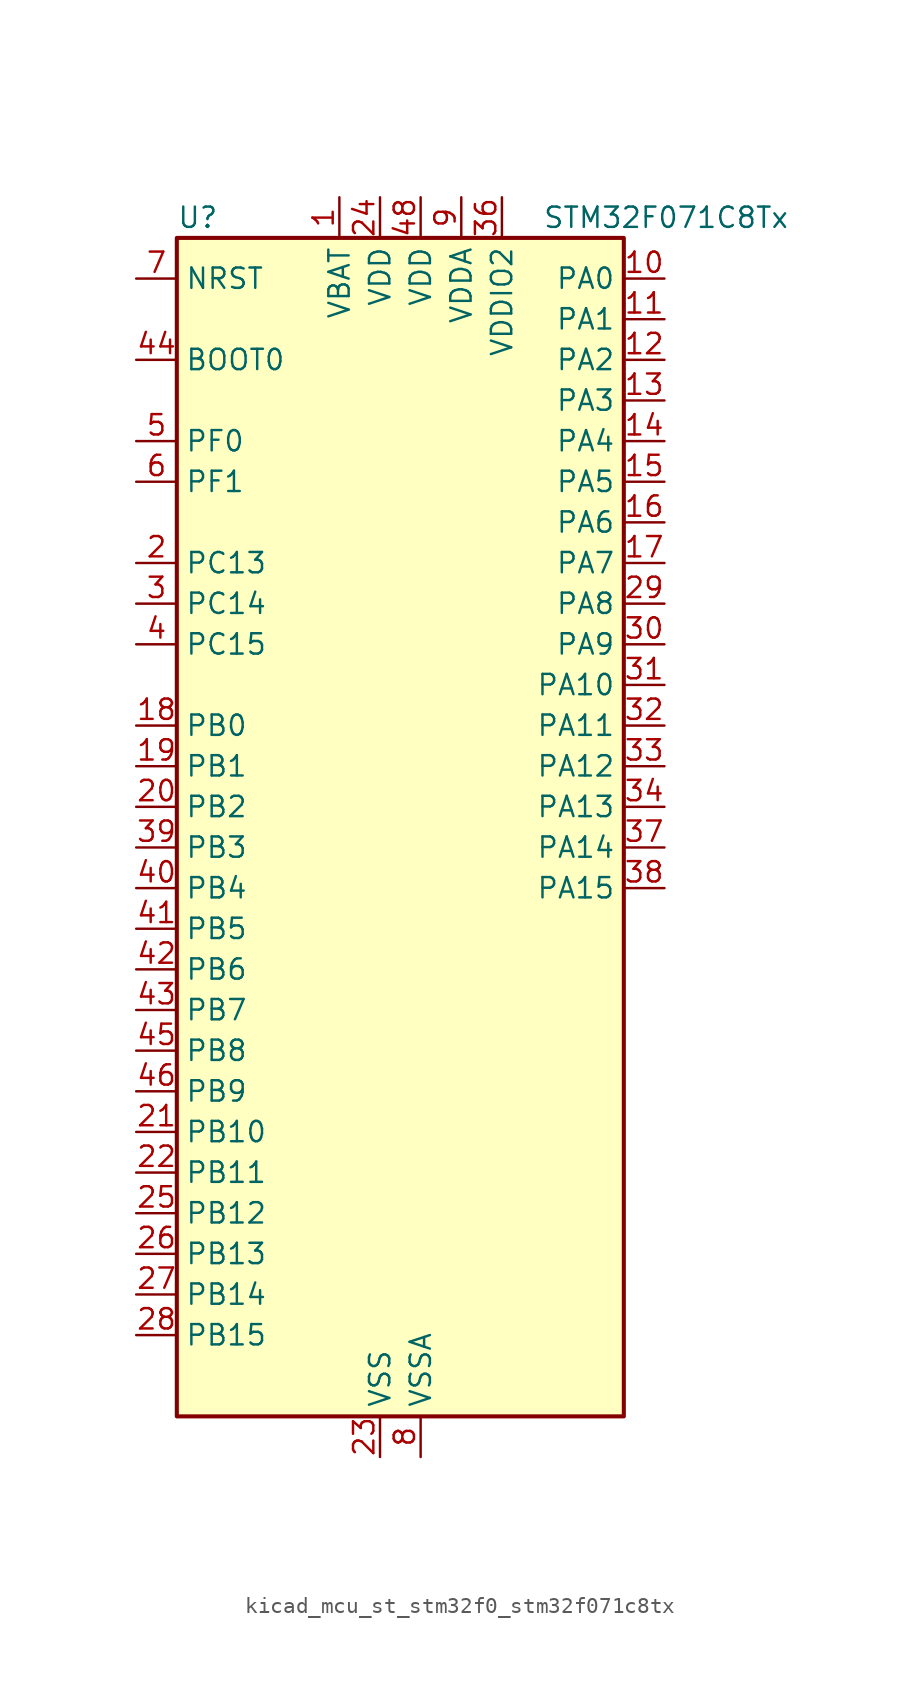
<source format=kicad_sym>
(kicad_symbol_lib
  (version 20220914)
  (generator kicad_symbol_editor)
  (symbol "kicad_mcu_st_stm32f0_stm32f071c8tx"
    (property "Reference" "U"
      (at -12.7 39.37 0)
      (effects (font (size 1.27 1.27)) (justify left)))
    (property "Value" "STM32F071C8Tx"
      (at 10.16 39.37 0)
      (effects (font (size 1.27 1.27)) (justify left)))
    (property "ki_locked" ""
      (at 0 0 0)
      (effects (font (size 1.27 1.27))))
    (symbol "kicad_mcu_st_stm32f0_stm32f071c8tx_0_1"
      (rectangle (start -12.7 -35.56) (end 15.24 38.1) (stroke (width 0.254) (type default)) (fill (type background))))
    (symbol "kicad_mcu_st_stm32f0_stm32f071c8tx_1_1"
      (pin power_in line (at -2.54 40.64 270) (length 2.54) (name "VBAT" (effects (font (size 1.27 1.27)))) (number "1" (effects (font (size 1.27 1.27)))))
      (pin bidirectional line (at 17.78 35.56 180) (length 2.54) (name "PA0" (effects (font (size 1.27 1.27)))) (number "10" (effects (font (size 1.27 1.27)))) (alternate "ADC_IN0" bidirectional line) (alternate "COMP1_INM" bidirectional line) (alternate "COMP1_OUT" bidirectional line) (alternate "RTC_TAMP2" bidirectional line) (alternate "SYS_WKUP1" bidirectional line) (alternate "TIM2_CH1" bidirectional line) (alternate "TIM2_ETR" bidirectional line) (alternate "TSC_G1_IO1" bidirectional line) (alternate "USART2_CTS" bidirectional line) (alternate "USART4_TX" bidirectional line))
      (pin bidirectional line (at 17.78 33.02 180) (length 2.54) (name "PA1" (effects (font (size 1.27 1.27)))) (number "11" (effects (font (size 1.27 1.27)))) (alternate "ADC_IN1" bidirectional line) (alternate "COMP1_INP" bidirectional line) (alternate "TIM15_CH1N" bidirectional line) (alternate "TIM2_CH2" bidirectional line) (alternate "TSC_G1_IO2" bidirectional line) (alternate "USART2_DE" bidirectional line) (alternate "USART2_RTS" bidirectional line) (alternate "USART4_RX" bidirectional line))
      (pin bidirectional line (at 17.78 30.48 180) (length 2.54) (name "PA2" (effects (font (size 1.27 1.27)))) (number "12" (effects (font (size 1.27 1.27)))) (alternate "ADC_IN2" bidirectional line) (alternate "COMP2_INM" bidirectional line) (alternate "COMP2_OUT" bidirectional line) (alternate "SYS_WKUP4" bidirectional line) (alternate "TIM15_CH1" bidirectional line) (alternate "TIM2_CH3" bidirectional line) (alternate "TSC_G1_IO3" bidirectional line) (alternate "USART2_TX" bidirectional line))
      (pin bidirectional line (at 17.78 27.94 180) (length 2.54) (name "PA3" (effects (font (size 1.27 1.27)))) (number "13" (effects (font (size 1.27 1.27)))) (alternate "ADC_IN3" bidirectional line) (alternate "COMP2_INP" bidirectional line) (alternate "TIM15_CH2" bidirectional line) (alternate "TIM2_CH4" bidirectional line) (alternate "TSC_G1_IO4" bidirectional line) (alternate "USART2_RX" bidirectional line))
      (pin bidirectional line (at 17.78 25.4 180) (length 2.54) (name "PA4" (effects (font (size 1.27 1.27)))) (number "14" (effects (font (size 1.27 1.27)))) (alternate "ADC_IN4" bidirectional line) (alternate "COMP1_INM" bidirectional line) (alternate "COMP2_INM" bidirectional line) (alternate "DAC_OUT1" bidirectional line) (alternate "I2S1_WS" bidirectional line) (alternate "SPI1_NSS" bidirectional line) (alternate "TIM14_CH1" bidirectional line) (alternate "TSC_G2_IO1" bidirectional line) (alternate "USART2_CK" bidirectional line))
      (pin bidirectional line (at 17.78 22.86 180) (length 2.54) (name "PA5" (effects (font (size 1.27 1.27)))) (number "15" (effects (font (size 1.27 1.27)))) (alternate "ADC_IN5" bidirectional line) (alternate "CEC" bidirectional line) (alternate "COMP1_INM" bidirectional line) (alternate "COMP2_INM" bidirectional line) (alternate "DAC_OUT2" bidirectional line) (alternate "I2S1_CK" bidirectional line) (alternate "SPI1_SCK" bidirectional line) (alternate "TIM2_CH1" bidirectional line) (alternate "TIM2_ETR" bidirectional line) (alternate "TSC_G2_IO2" bidirectional line))
      (pin bidirectional line (at 17.78 20.32 180) (length 2.54) (name "PA6" (effects (font (size 1.27 1.27)))) (number "16" (effects (font (size 1.27 1.27)))) (alternate "ADC_IN6" bidirectional line) (alternate "COMP1_OUT" bidirectional line) (alternate "I2S1_MCK" bidirectional line) (alternate "SPI1_MISO" bidirectional line) (alternate "TIM16_CH1" bidirectional line) (alternate "TIM1_BKIN" bidirectional line) (alternate "TIM3_CH1" bidirectional line) (alternate "TSC_G2_IO3" bidirectional line) (alternate "USART3_CTS" bidirectional line))
      (pin bidirectional line (at 17.78 17.78 180) (length 2.54) (name "PA7" (effects (font (size 1.27 1.27)))) (number "17" (effects (font (size 1.27 1.27)))) (alternate "ADC_IN7" bidirectional line) (alternate "COMP2_OUT" bidirectional line) (alternate "I2S1_SD" bidirectional line) (alternate "SPI1_MOSI" bidirectional line) (alternate "TIM14_CH1" bidirectional line) (alternate "TIM17_CH1" bidirectional line) (alternate "TIM1_CH1N" bidirectional line) (alternate "TIM3_CH2" bidirectional line) (alternate "TSC_G2_IO4" bidirectional line))
      (pin bidirectional line (at -15.24 7.62 0) (length 2.54) (name "PB0" (effects (font (size 1.27 1.27)))) (number "18" (effects (font (size 1.27 1.27)))) (alternate "ADC_IN8" bidirectional line) (alternate "TIM1_CH2N" bidirectional line) (alternate "TIM3_CH3" bidirectional line) (alternate "TSC_G3_IO2" bidirectional line) (alternate "USART3_CK" bidirectional line))
      (pin bidirectional line (at -15.24 5.08 0) (length 2.54) (name "PB1" (effects (font (size 1.27 1.27)))) (number "19" (effects (font (size 1.27 1.27)))) (alternate "ADC_IN9" bidirectional line) (alternate "TIM14_CH1" bidirectional line) (alternate "TIM1_CH3N" bidirectional line) (alternate "TIM3_CH4" bidirectional line) (alternate "TSC_G3_IO3" bidirectional line) (alternate "USART3_DE" bidirectional line) (alternate "USART3_RTS" bidirectional line))
      (pin bidirectional line (at -15.24 17.78 0) (length 2.54) (name "PC13" (effects (font (size 1.27 1.27)))) (number "2" (effects (font (size 1.27 1.27)))) (alternate "RTC_OUT_ALARM" bidirectional line) (alternate "RTC_OUT_CALIB" bidirectional line) (alternate "RTC_TAMP1" bidirectional line) (alternate "RTC_TS" bidirectional line) (alternate "SYS_WKUP2" bidirectional line))
      (pin bidirectional line (at -15.24 2.54 0) (length 2.54) (name "PB2" (effects (font (size 1.27 1.27)))) (number "20" (effects (font (size 1.27 1.27)))) (alternate "TSC_G3_IO4" bidirectional line))
      (pin bidirectional line (at -15.24 -17.78 0) (length 2.54) (name "PB10" (effects (font (size 1.27 1.27)))) (number "21" (effects (font (size 1.27 1.27)))) (alternate "CEC" bidirectional line) (alternate "I2C2_SCL" bidirectional line) (alternate "I2S2_CK" bidirectional line) (alternate "SPI2_SCK" bidirectional line) (alternate "TIM2_CH3" bidirectional line) (alternate "TSC_SYNC" bidirectional line) (alternate "USART3_TX" bidirectional line))
      (pin bidirectional line (at -15.24 -20.32 0) (length 2.54) (name "PB11" (effects (font (size 1.27 1.27)))) (number "22" (effects (font (size 1.27 1.27)))) (alternate "I2C2_SDA" bidirectional line) (alternate "TIM2_CH4" bidirectional line) (alternate "TSC_G6_IO1" bidirectional line) (alternate "USART3_RX" bidirectional line))
      (pin power_in line (at 0 -38.1 90) (length 2.54) (name "VSS" (effects (font (size 1.27 1.27)))) (number "23" (effects (font (size 1.27 1.27)))))
      (pin power_in line (at 0 40.64 270) (length 2.54) (name "VDD" (effects (font (size 1.27 1.27)))) (number "24" (effects (font (size 1.27 1.27)))))
      (pin bidirectional line (at -15.24 -22.86 0) (length 2.54) (name "PB12" (effects (font (size 1.27 1.27)))) (number "25" (effects (font (size 1.27 1.27)))) (alternate "I2S2_WS" bidirectional line) (alternate "SPI2_NSS" bidirectional line) (alternate "TIM15_BKIN" bidirectional line) (alternate "TIM1_BKIN" bidirectional line) (alternate "TSC_G6_IO2" bidirectional line) (alternate "USART3_CK" bidirectional line))
      (pin bidirectional line (at -15.24 -25.4 0) (length 2.54) (name "PB13" (effects (font (size 1.27 1.27)))) (number "26" (effects (font (size 1.27 1.27)))) (alternate "I2C2_SCL" bidirectional line) (alternate "I2S2_CK" bidirectional line) (alternate "SPI2_SCK" bidirectional line) (alternate "TIM1_CH1N" bidirectional line) (alternate "TSC_G6_IO3" bidirectional line) (alternate "USART3_CTS" bidirectional line))
      (pin bidirectional line (at -15.24 -27.94 0) (length 2.54) (name "PB14" (effects (font (size 1.27 1.27)))) (number "27" (effects (font (size 1.27 1.27)))) (alternate "I2C2_SDA" bidirectional line) (alternate "I2S2_MCK" bidirectional line) (alternate "SPI2_MISO" bidirectional line) (alternate "TIM15_CH1" bidirectional line) (alternate "TIM1_CH2N" bidirectional line) (alternate "TSC_G6_IO4" bidirectional line) (alternate "USART3_DE" bidirectional line) (alternate "USART3_RTS" bidirectional line))
      (pin bidirectional line (at -15.24 -30.48 0) (length 2.54) (name "PB15" (effects (font (size 1.27 1.27)))) (number "28" (effects (font (size 1.27 1.27)))) (alternate "I2S2_SD" bidirectional line) (alternate "RTC_REFIN" bidirectional line) (alternate "SPI2_MOSI" bidirectional line) (alternate "SYS_WKUP7" bidirectional line) (alternate "TIM15_CH1N" bidirectional line) (alternate "TIM15_CH2" bidirectional line) (alternate "TIM1_CH3N" bidirectional line))
      (pin bidirectional line (at 17.78 15.24 180) (length 2.54) (name "PA8" (effects (font (size 1.27 1.27)))) (number "29" (effects (font (size 1.27 1.27)))) (alternate "CRS_SYNC" bidirectional line) (alternate "RCC_MCO" bidirectional line) (alternate "TIM1_CH1" bidirectional line) (alternate "USART1_CK" bidirectional line))
      (pin bidirectional line (at -15.24 15.24 0) (length 2.54) (name "PC14" (effects (font (size 1.27 1.27)))) (number "3" (effects (font (size 1.27 1.27)))) (alternate "RCC_OSC32_IN" bidirectional line))
      (pin bidirectional line (at 17.78 12.7 180) (length 2.54) (name "PA9" (effects (font (size 1.27 1.27)))) (number "30" (effects (font (size 1.27 1.27)))) (alternate "DAC_EXTI9" bidirectional line) (alternate "TIM15_BKIN" bidirectional line) (alternate "TIM1_CH2" bidirectional line) (alternate "TSC_G4_IO1" bidirectional line) (alternate "USART1_TX" bidirectional line))
      (pin bidirectional line (at 17.78 10.16 180) (length 2.54) (name "PA10" (effects (font (size 1.27 1.27)))) (number "31" (effects (font (size 1.27 1.27)))) (alternate "TIM17_BKIN" bidirectional line) (alternate "TIM1_CH3" bidirectional line) (alternate "TSC_G4_IO2" bidirectional line) (alternate "USART1_RX" bidirectional line))
      (pin bidirectional line (at 17.78 7.62 180) (length 2.54) (name "PA11" (effects (font (size 1.27 1.27)))) (number "32" (effects (font (size 1.27 1.27)))) (alternate "COMP1_OUT" bidirectional line) (alternate "TIM1_CH4" bidirectional line) (alternate "TSC_G4_IO3" bidirectional line) (alternate "USART1_CTS" bidirectional line))
      (pin bidirectional line (at 17.78 5.08 180) (length 2.54) (name "PA12" (effects (font (size 1.27 1.27)))) (number "33" (effects (font (size 1.27 1.27)))) (alternate "COMP2_OUT" bidirectional line) (alternate "TIM1_ETR" bidirectional line) (alternate "TSC_G4_IO4" bidirectional line) (alternate "USART1_DE" bidirectional line) (alternate "USART1_RTS" bidirectional line))
      (pin bidirectional line (at 17.78 2.54 180) (length 2.54) (name "PA13" (effects (font (size 1.27 1.27)))) (number "34" (effects (font (size 1.27 1.27)))) (alternate "IR_OUT" bidirectional line) (alternate "SYS_SWDIO" bidirectional line))
      (pin passive line (at 0 -38.1 90) (length 2.54) hide (name "VSS" (effects (font (size 1.27 1.27)))) (number "35" (effects (font (size 1.27 1.27)))))
      (pin power_in line (at 7.62 40.64 270) (length 2.54) (name "VDDIO2" (effects (font (size 1.27 1.27)))) (number "36" (effects (font (size 1.27 1.27)))))
      (pin bidirectional line (at 17.78 0 180) (length 2.54) (name "PA14" (effects (font (size 1.27 1.27)))) (number "37" (effects (font (size 1.27 1.27)))) (alternate "SYS_SWCLK" bidirectional line) (alternate "USART2_TX" bidirectional line))
      (pin bidirectional line (at 17.78 -2.54 180) (length 2.54) (name "PA15" (effects (font (size 1.27 1.27)))) (number "38" (effects (font (size 1.27 1.27)))) (alternate "I2S1_WS" bidirectional line) (alternate "SPI1_NSS" bidirectional line) (alternate "TIM2_CH1" bidirectional line) (alternate "TIM2_ETR" bidirectional line) (alternate "USART2_RX" bidirectional line) (alternate "USART4_DE" bidirectional line) (alternate "USART4_RTS" bidirectional line))
      (pin bidirectional line (at -15.24 0 0) (length 2.54) (name "PB3" (effects (font (size 1.27 1.27)))) (number "39" (effects (font (size 1.27 1.27)))) (alternate "I2S1_CK" bidirectional line) (alternate "SPI1_SCK" bidirectional line) (alternate "TIM2_CH2" bidirectional line) (alternate "TSC_G5_IO1" bidirectional line))
      (pin bidirectional line (at -15.24 12.7 0) (length 2.54) (name "PC15" (effects (font (size 1.27 1.27)))) (number "4" (effects (font (size 1.27 1.27)))) (alternate "RCC_OSC32_OUT" bidirectional line))
      (pin bidirectional line (at -15.24 -2.54 0) (length 2.54) (name "PB4" (effects (font (size 1.27 1.27)))) (number "40" (effects (font (size 1.27 1.27)))) (alternate "I2S1_MCK" bidirectional line) (alternate "SPI1_MISO" bidirectional line) (alternate "TIM17_BKIN" bidirectional line) (alternate "TIM3_CH1" bidirectional line) (alternate "TSC_G5_IO2" bidirectional line))
      (pin bidirectional line (at -15.24 -5.08 0) (length 2.54) (name "PB5" (effects (font (size 1.27 1.27)))) (number "41" (effects (font (size 1.27 1.27)))) (alternate "I2C1_SMBA" bidirectional line) (alternate "I2S1_SD" bidirectional line) (alternate "SPI1_MOSI" bidirectional line) (alternate "SYS_WKUP6" bidirectional line) (alternate "TIM16_BKIN" bidirectional line) (alternate "TIM3_CH2" bidirectional line))
      (pin bidirectional line (at -15.24 -7.62 0) (length 2.54) (name "PB6" (effects (font (size 1.27 1.27)))) (number "42" (effects (font (size 1.27 1.27)))) (alternate "I2C1_SCL" bidirectional line) (alternate "TIM16_CH1N" bidirectional line) (alternate "TSC_G5_IO3" bidirectional line) (alternate "USART1_TX" bidirectional line))
      (pin bidirectional line (at -15.24 -10.16 0) (length 2.54) (name "PB7" (effects (font (size 1.27 1.27)))) (number "43" (effects (font (size 1.27 1.27)))) (alternate "I2C1_SDA" bidirectional line) (alternate "TIM17_CH1N" bidirectional line) (alternate "TSC_G5_IO4" bidirectional line) (alternate "USART1_RX" bidirectional line) (alternate "USART4_CTS" bidirectional line))
      (pin input line (at -15.24 30.48 0) (length 2.54) (name "BOOT0" (effects (font (size 1.27 1.27)))) (number "44" (effects (font (size 1.27 1.27)))))
      (pin bidirectional line (at -15.24 -12.7 0) (length 2.54) (name "PB8" (effects (font (size 1.27 1.27)))) (number "45" (effects (font (size 1.27 1.27)))) (alternate "CEC" bidirectional line) (alternate "I2C1_SCL" bidirectional line) (alternate "TIM16_CH1" bidirectional line) (alternate "TSC_SYNC" bidirectional line))
      (pin bidirectional line (at -15.24 -15.24 0) (length 2.54) (name "PB9" (effects (font (size 1.27 1.27)))) (number "46" (effects (font (size 1.27 1.27)))) (alternate "DAC_EXTI9" bidirectional line) (alternate "I2C1_SDA" bidirectional line) (alternate "I2S2_WS" bidirectional line) (alternate "IR_OUT" bidirectional line) (alternate "SPI2_NSS" bidirectional line) (alternate "TIM17_CH1" bidirectional line))
      (pin passive line (at 0 -38.1 90) (length 2.54) hide (name "VSS" (effects (font (size 1.27 1.27)))) (number "47" (effects (font (size 1.27 1.27)))))
      (pin power_in line (at 2.54 40.64 270) (length 2.54) (name "VDD" (effects (font (size 1.27 1.27)))) (number "48" (effects (font (size 1.27 1.27)))))
      (pin bidirectional line (at -15.24 25.4 0) (length 2.54) (name "PF0" (effects (font (size 1.27 1.27)))) (number "5" (effects (font (size 1.27 1.27)))) (alternate "CRS_SYNC" bidirectional line) (alternate "RCC_OSC_IN" bidirectional line))
      (pin bidirectional line (at -15.24 22.86 0) (length 2.54) (name "PF1" (effects (font (size 1.27 1.27)))) (number "6" (effects (font (size 1.27 1.27)))) (alternate "RCC_OSC_OUT" bidirectional line))
      (pin input line (at -15.24 35.56 0) (length 2.54) (name "NRST" (effects (font (size 1.27 1.27)))) (number "7" (effects (font (size 1.27 1.27)))))
      (pin power_in line (at 2.54 -38.1 90) (length 2.54) (name "VSSA" (effects (font (size 1.27 1.27)))) (number "8" (effects (font (size 1.27 1.27)))))
      (pin power_in line (at 5.08 40.64 270) (length 2.54) (name "VDDA" (effects (font (size 1.27 1.27)))) (number "9" (effects (font (size 1.27 1.27))))))))
</source>
